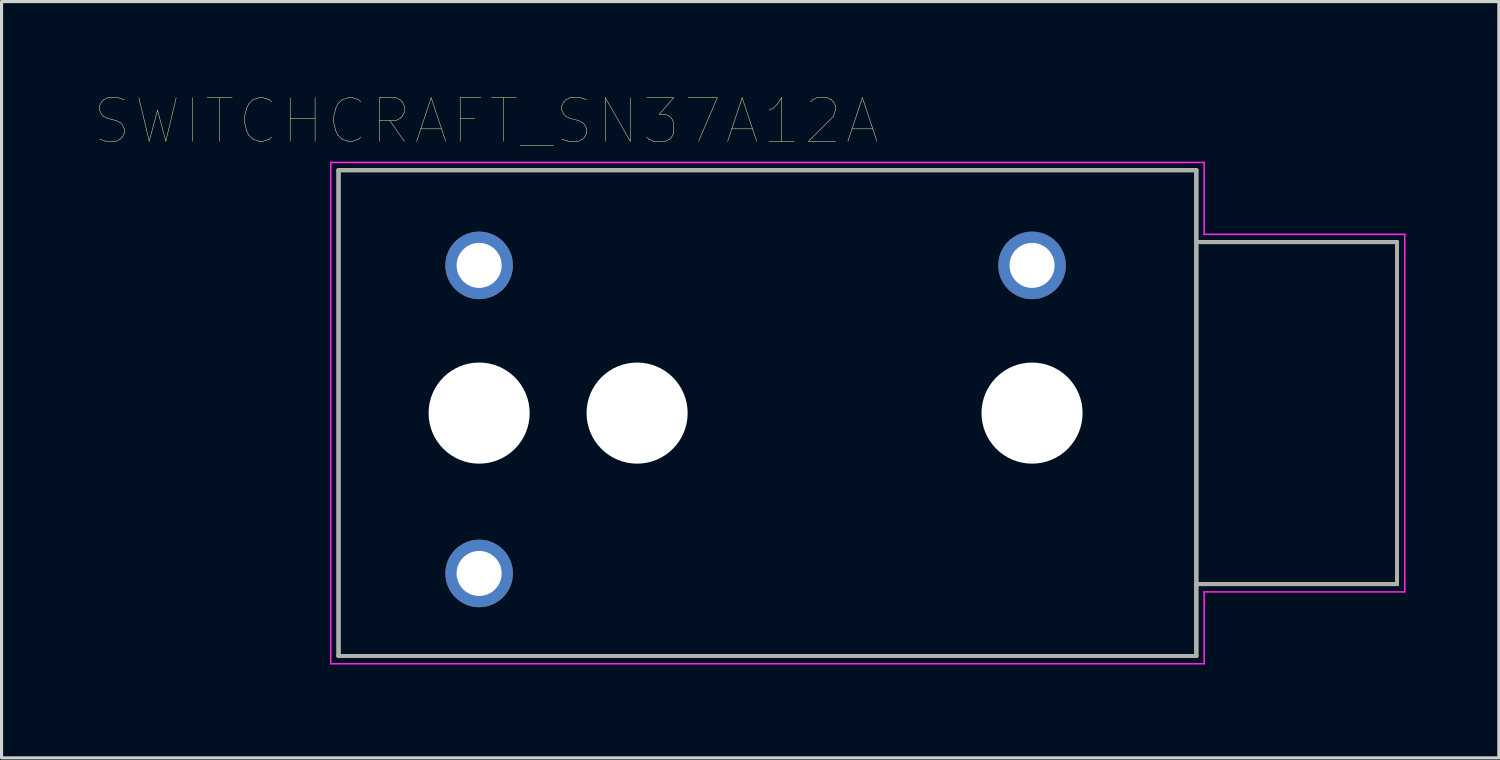
<source format=kicad_pcb>
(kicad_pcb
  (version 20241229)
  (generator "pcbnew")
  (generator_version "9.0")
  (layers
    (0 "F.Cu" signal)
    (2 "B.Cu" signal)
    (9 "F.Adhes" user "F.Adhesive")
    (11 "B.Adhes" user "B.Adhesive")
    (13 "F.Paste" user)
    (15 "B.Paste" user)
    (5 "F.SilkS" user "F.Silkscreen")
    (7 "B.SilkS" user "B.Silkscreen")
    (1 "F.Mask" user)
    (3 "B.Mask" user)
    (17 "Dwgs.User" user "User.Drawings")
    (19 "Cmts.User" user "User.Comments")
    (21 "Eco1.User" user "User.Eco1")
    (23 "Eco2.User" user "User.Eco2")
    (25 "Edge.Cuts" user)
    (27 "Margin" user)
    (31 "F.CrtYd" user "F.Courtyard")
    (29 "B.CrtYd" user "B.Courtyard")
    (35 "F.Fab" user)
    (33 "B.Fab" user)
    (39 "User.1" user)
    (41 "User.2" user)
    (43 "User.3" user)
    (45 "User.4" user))
  (footprint "SWITCHCRAFT_SN37A12A"
    (layer "F.Cu")
    (at 24.854 10.234)
    (property "Reference" "SWITCHCRAFT_SN37A12A" (at -12.272 -9.389 0) (layer "F.SilkS") (effects (font (size 1.4 1.4) (thickness 0.015))))
    (attr through_hole)
    (fp_circle (center -12.497 0) (end -11.557 0) (stroke (width 1.88) (type solid)) (fill no) (layer "F.Mask"))
    (fp_circle (center -7.417 0) (end -6.477 0) (stroke (width 1.88) (type solid)) (fill no) (layer "F.Mask"))
    (fp_circle (center 5.283 0) (end 6.223 0) (stroke (width 1.88) (type solid)) (fill no) (layer "F.Mask"))
    (fp_circle (center -12.497 0) (end -11.557 0) (stroke (width 1.88) (type solid)) (fill no) (layer "B.Mask"))
    (fp_circle (center -7.417 0) (end -6.477 0) (stroke (width 1.88) (type solid)) (fill no) (layer "B.Mask"))
    (fp_circle (center 5.283 0) (end 6.223 0) (stroke (width 1.88) (type solid)) (fill no) (layer "B.Mask"))
    (fp_line (start -17.018 -7.811) (end 10.566 -7.811) (stroke (width 0.127) (type solid)) (layer "F.SilkS"))
    (fp_line (start -17.018 7.811) (end -17.018 -7.811) (stroke (width 0.127) (type solid)) (layer "F.SilkS"))
    (fp_line (start 10.566 -7.811) (end 10.566 -5.499) (stroke (width 0.127) (type solid)) (layer "F.SilkS"))
    (fp_line (start 10.566 -5.499) (end 10.566 5.499) (stroke (width 0.127) (type solid)) (layer "F.SilkS"))
    (fp_line (start 10.566 -5.499) (end 17.018 -5.499) (stroke (width 0.127) (type solid)) (layer "F.SilkS"))
    (fp_line (start 10.566 5.499) (end 10.566 7.811) (stroke (width 0.127) (type solid)) (layer "F.SilkS"))
    (fp_line (start 10.566 7.811) (end -17.018 7.811) (stroke (width 0.127) (type solid)) (layer "F.SilkS"))
    (fp_line (start 17.018 -5.499) (end 17.018 5.499) (stroke (width 0.127) (type solid)) (layer "F.SilkS"))
    (fp_line (start 17.018 5.499) (end 10.566 5.499) (stroke (width 0.127) (type solid)) (layer "F.SilkS"))
    (fp_line (start -17.268 -8.06) (end -17.268 8.06) (stroke (width 0.05) (type solid)) (layer "F.CrtYd"))
    (fp_line (start -17.268 8.06) (end 10.816 8.06) (stroke (width 0.05) (type solid)) (layer "F.CrtYd"))
    (fp_line (start 10.816 -8.06) (end -17.268 -8.06) (stroke (width 0.05) (type solid)) (layer "F.CrtYd"))
    (fp_line (start 10.816 -5.749) (end 10.816 -8.06) (stroke (width 0.05) (type solid)) (layer "F.CrtYd"))
    (fp_line (start 10.816 5.749) (end 17.268 5.749) (stroke (width 0.05) (type solid)) (layer "F.CrtYd"))
    (fp_line (start 10.816 8.06) (end 10.816 5.749) (stroke (width 0.05) (type solid)) (layer "F.CrtYd"))
    (fp_line (start 17.268 -5.749) (end 10.816 -5.749) (stroke (width 0.05) (type solid)) (layer "F.CrtYd"))
    (fp_line (start 17.268 5.749) (end 17.268 -5.749) (stroke (width 0.05) (type solid)) (layer "F.CrtYd"))
    (fp_line (start -17.018 -7.811) (end 10.566 -7.811) (stroke (width 0.127) (type solid)) (layer "F.Fab"))
    (fp_line (start -17.018 7.811) (end -17.018 -7.811) (stroke (width 0.127) (type solid)) (layer "F.Fab"))
    (fp_line (start 10.566 -7.811) (end 10.566 -5.499) (stroke (width 0.127) (type solid)) (layer "F.Fab"))
    (fp_line (start 10.566 -5.499) (end 10.566 5.499) (stroke (width 0.127) (type solid)) (layer "F.Fab"))
    (fp_line (start 10.566 -5.499) (end 17.018 -5.499) (stroke (width 0.127) (type solid)) (layer "F.Fab"))
    (fp_line (start 10.566 5.499) (end 10.566 7.811) (stroke (width 0.127) (type solid)) (layer "F.Fab"))
    (fp_line (start 10.566 7.811) (end -17.018 7.811) (stroke (width 0.127) (type solid)) (layer "F.Fab"))
    (fp_line (start 17.018 -5.499) (end 17.018 5.499) (stroke (width 0.127) (type solid)) (layer "F.Fab"))
    (fp_line (start 17.018 5.499) (end 10.566 5.499) (stroke (width 0.127) (type solid)) (layer "F.Fab"))
    (pad "" np_thru_hole circle (at -12.497 0) (size 3.251 3.251) (drill 3.251) (layers "*.Cu" "*.Mask"))
    (pad "" np_thru_hole circle (at -7.417 0) (size 3.251 3.251) (drill 3.251) (layers "*.Cu" "*.Mask"))
    (pad "" np_thru_hole circle (at 5.283 0) (size 3.251 3.251) (drill 3.251) (layers "*.Cu" "*.Mask"))
    (pad "S" thru_hole circle (at 5.283 -4.75) (size 2.172 2.172) (drill 1.448) (layers "*.Cu" "*.Mask"))
    (pad "T" thru_hole circle (at -12.497 -4.75) (size 2.172 2.172) (drill 1.448) (layers "*.Cu" "*.Mask"))
    (pad "TB" thru_hole circle (at -12.497 5.156) (size 2.172 2.172) (drill 1.448) (layers "*.Cu" "*.Mask")))
  (gr_rect
    (start -3 -3)
    (end 45.147 21.32)
    (stroke (width 0.1) (type default))
    (fill no)
    (layer "Edge.Cuts")))
</source>
